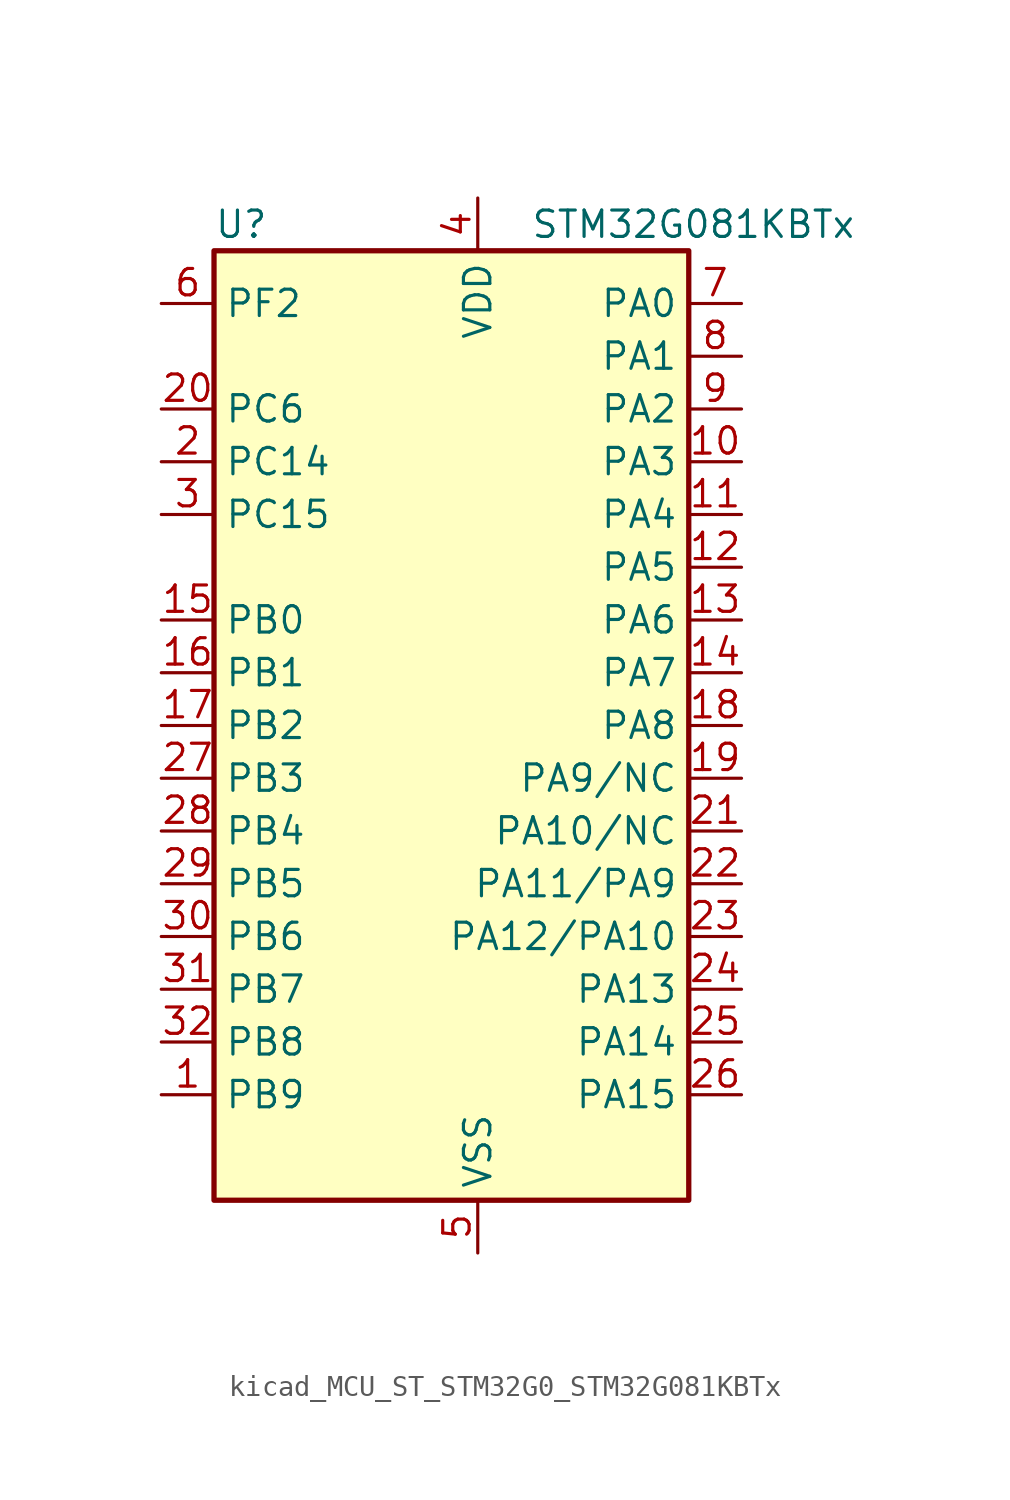
<source format=kicad_sym>
(kicad_symbol_lib
  (version 20220914)
  (generator kicad_symbol_editor)
  (symbol "kicad_MCU_ST_STM32G0_STM32G081KBTx"
    (property "Reference" "U"
      (at -10.16 24.13 0)
      (effects (font (size 1.27 1.27)) (justify left)))
    (property "Value" "STM32G081KBTx"
      (at 5.08 24.13 0)
      (effects (font (size 1.27 1.27)) (justify left)))
    (property "ki_locked" ""
      (at 0 0 0)
      (effects (font (size 1.27 1.27))))
    (symbol "kicad_MCU_ST_STM32G0_STM32G081KBTx_0_1"
      (rectangle (start -10.16 -22.86) (end 12.7 22.86) (stroke (width 0.254) (type default)) (fill (type background))))
    (symbol "kicad_MCU_ST_STM32G0_STM32G081KBTx_1_1"
      (pin bidirectional line (at -12.7 -17.78 0) (length 2.54) (name "PB9" (effects (font (size 1.27 1.27)))) (number "1" (effects (font (size 1.27 1.27)))) (alternate "DAC1_EXTI9" bidirectional line) (alternate "I2C1_SDA" bidirectional line) (alternate "IR_OUT" bidirectional line) (alternate "SPI2_NSS" bidirectional line) (alternate "TIM17_CH1" bidirectional line) (alternate "USART3_RX" bidirectional line))
      (pin bidirectional line (at 15.24 12.7 180) (length 2.54) (name "PA3" (effects (font (size 1.27 1.27)))) (number "10" (effects (font (size 1.27 1.27)))) (alternate "ADC1_IN3" bidirectional line) (alternate "COMP2_INP" bidirectional line) (alternate "LPUART1_RX" bidirectional line) (alternate "SPI2_MISO" bidirectional line) (alternate "TIM15_CH2" bidirectional line) (alternate "TIM2_CH4" bidirectional line) (alternate "USART2_RX" bidirectional line))
      (pin bidirectional line (at 15.24 10.16 180) (length 2.54) (name "PA4" (effects (font (size 1.27 1.27)))) (number "11" (effects (font (size 1.27 1.27)))) (alternate "ADC1_IN4" bidirectional line) (alternate "DAC1_OUT1" bidirectional line) (alternate "I2S1_WS" bidirectional line) (alternate "LPTIM2_OUT" bidirectional line) (alternate "RTC_OUT_ALARM" bidirectional line) (alternate "RTC_OUT_CALIB" bidirectional line) (alternate "RTC_TAMP_IN1" bidirectional line) (alternate "RTC_TS" bidirectional line) (alternate "SPI1_NSS" bidirectional line) (alternate "SPI2_MOSI" bidirectional line) (alternate "SYS_WKUP2" bidirectional line) (alternate "TIM14_CH1" bidirectional line))
      (pin bidirectional line (at 15.24 7.62 180) (length 2.54) (name "PA5" (effects (font (size 1.27 1.27)))) (number "12" (effects (font (size 1.27 1.27)))) (alternate "ADC1_IN5" bidirectional line) (alternate "CEC" bidirectional line) (alternate "DAC1_OUT2" bidirectional line) (alternate "I2S1_CK" bidirectional line) (alternate "LPTIM2_ETR" bidirectional line) (alternate "SPI1_SCK" bidirectional line) (alternate "TIM2_CH1" bidirectional line) (alternate "TIM2_ETR" bidirectional line) (alternate "UCPD1_FRSTX1" bidirectional line) (alternate "UCPD1_FRSTX2" bidirectional line) (alternate "USART3_TX" bidirectional line))
      (pin bidirectional line (at 15.24 5.08 180) (length 2.54) (name "PA6" (effects (font (size 1.27 1.27)))) (number "13" (effects (font (size 1.27 1.27)))) (alternate "ADC1_IN6" bidirectional line) (alternate "COMP1_OUT" bidirectional line) (alternate "I2S1_MCK" bidirectional line) (alternate "LPUART1_CTS" bidirectional line) (alternate "SPI1_MISO" bidirectional line) (alternate "TIM16_CH1" bidirectional line) (alternate "TIM1_BK" bidirectional line) (alternate "TIM3_CH1" bidirectional line) (alternate "USART3_CTS" bidirectional line) (alternate "USART3_NSS" bidirectional line))
      (pin bidirectional line (at 15.24 2.54 180) (length 2.54) (name "PA7" (effects (font (size 1.27 1.27)))) (number "14" (effects (font (size 1.27 1.27)))) (alternate "ADC1_IN7" bidirectional line) (alternate "COMP2_OUT" bidirectional line) (alternate "I2S1_SD" bidirectional line) (alternate "SPI1_MOSI" bidirectional line) (alternate "TIM14_CH1" bidirectional line) (alternate "TIM17_CH1" bidirectional line) (alternate "TIM1_CH1N" bidirectional line) (alternate "TIM3_CH2" bidirectional line) (alternate "UCPD1_FRSTX1" bidirectional line) (alternate "UCPD1_FRSTX2" bidirectional line))
      (pin bidirectional line (at -12.7 5.08 0) (length 2.54) (name "PB0" (effects (font (size 1.27 1.27)))) (number "15" (effects (font (size 1.27 1.27)))) (alternate "ADC1_IN8" bidirectional line) (alternate "COMP1_OUT" bidirectional line) (alternate "I2S1_WS" bidirectional line) (alternate "LPTIM1_OUT" bidirectional line) (alternate "SPI1_NSS" bidirectional line) (alternate "TIM1_CH2N" bidirectional line) (alternate "TIM3_CH3" bidirectional line) (alternate "UCPD1_FRSTX1" bidirectional line) (alternate "UCPD1_FRSTX2" bidirectional line) (alternate "USART3_RX" bidirectional line))
      (pin bidirectional line (at -12.7 2.54 0) (length 2.54) (name "PB1" (effects (font (size 1.27 1.27)))) (number "16" (effects (font (size 1.27 1.27)))) (alternate "ADC1_IN9" bidirectional line) (alternate "COMP1_INM" bidirectional line) (alternate "LPTIM2_IN1" bidirectional line) (alternate "LPUART1_DE" bidirectional line) (alternate "LPUART1_RTS" bidirectional line) (alternate "TIM14_CH1" bidirectional line) (alternate "TIM1_CH3N" bidirectional line) (alternate "TIM3_CH4" bidirectional line) (alternate "USART3_CK" bidirectional line) (alternate "USART3_DE" bidirectional line) (alternate "USART3_RTS" bidirectional line))
      (pin bidirectional line (at -12.7 0 0) (length 2.54) (name "PB2" (effects (font (size 1.27 1.27)))) (number "17" (effects (font (size 1.27 1.27)))) (alternate "ADC1_IN10" bidirectional line) (alternate "COMP1_INP" bidirectional line) (alternate "LPTIM1_OUT" bidirectional line) (alternate "SPI2_MISO" bidirectional line) (alternate "USART3_TX" bidirectional line))
      (pin bidirectional line (at 15.24 0 180) (length 2.54) (name "PA8" (effects (font (size 1.27 1.27)))) (number "18" (effects (font (size 1.27 1.27)))) (alternate "LPTIM2_OUT" bidirectional line) (alternate "RCC_MCO" bidirectional line) (alternate "SPI2_NSS" bidirectional line) (alternate "TIM1_CH1" bidirectional line) (alternate "UCPD1_CC1" bidirectional line))
      (pin bidirectional line (at 15.24 -2.54 180) (length 2.54) (name "PA9/NC" (effects (font (size 1.27 1.27)))) (number "19" (effects (font (size 1.27 1.27)))) (alternate "DAC1_EXTI9" bidirectional line) (alternate "I2C1_SCL" bidirectional line) (alternate "RCC_MCO" bidirectional line) (alternate "SPI2_MISO" bidirectional line) (alternate "TIM15_BK" bidirectional line) (alternate "TIM1_CH2" bidirectional line) (alternate "UCPD1_DBCC1" bidirectional line) (alternate "USART1_TX" bidirectional line))
      (pin bidirectional line (at -12.7 12.7 0) (length 2.54) (name "PC14" (effects (font (size 1.27 1.27)))) (number "2" (effects (font (size 1.27 1.27)))) (alternate "RCC_OSC32_IN" bidirectional line) (alternate "RCC_OSC_IN" bidirectional line) (alternate "TIM1_BK2" bidirectional line))
      (pin bidirectional line (at -12.7 15.24 0) (length 2.54) (name "PC6" (effects (font (size 1.27 1.27)))) (number "20" (effects (font (size 1.27 1.27)))) (alternate "TIM2_CH3" bidirectional line) (alternate "TIM3_CH1" bidirectional line) (alternate "UCPD1_FRSTX1" bidirectional line) (alternate "UCPD1_FRSTX2" bidirectional line))
      (pin bidirectional line (at 15.24 -5.08 180) (length 2.54) (name "PA10/NC" (effects (font (size 1.27 1.27)))) (number "21" (effects (font (size 1.27 1.27)))) (alternate "I2C1_SDA" bidirectional line) (alternate "SPI2_MOSI" bidirectional line) (alternate "TIM17_BK" bidirectional line) (alternate "TIM1_CH3" bidirectional line) (alternate "UCPD1_DBCC2" bidirectional line) (alternate "USART1_RX" bidirectional line))
      (pin bidirectional line (at 15.24 -7.62 180) (length 2.54) (name "PA11/PA9" (effects (font (size 1.27 1.27)))) (number "22" (effects (font (size 1.27 1.27)))) (alternate "ADC1_EXTI11" bidirectional line) (alternate "COMP1_OUT" bidirectional line) (alternate "I2C2_SCL" bidirectional line) (alternate "I2S1_MCK" bidirectional line) (alternate "SPI1_MISO" bidirectional line) (alternate "TIM1_BK2" bidirectional line) (alternate "TIM1_CH4" bidirectional line) (alternate "USART1_CTS" bidirectional line) (alternate "USART1_NSS" bidirectional line))
      (pin bidirectional line (at 15.24 -10.16 180) (length 2.54) (name "PA12/PA10" (effects (font (size 1.27 1.27)))) (number "23" (effects (font (size 1.27 1.27)))) (alternate "COMP2_OUT" bidirectional line) (alternate "I2C2_SDA" bidirectional line) (alternate "I2S1_SD" bidirectional line) (alternate "I2S_CKIN" bidirectional line) (alternate "SPI1_MOSI" bidirectional line) (alternate "TIM1_ETR" bidirectional line) (alternate "USART1_CK" bidirectional line) (alternate "USART1_DE" bidirectional line) (alternate "USART1_RTS" bidirectional line))
      (pin bidirectional line (at 15.24 -12.7 180) (length 2.54) (name "PA13" (effects (font (size 1.27 1.27)))) (number "24" (effects (font (size 1.27 1.27)))) (alternate "IR_OUT" bidirectional line) (alternate "SYS_SWDIO" bidirectional line))
      (pin bidirectional line (at 15.24 -15.24 180) (length 2.54) (name "PA14" (effects (font (size 1.27 1.27)))) (number "25" (effects (font (size 1.27 1.27)))) (alternate "SYS_SWCLK" bidirectional line) (alternate "USART2_TX" bidirectional line))
      (pin bidirectional line (at 15.24 -17.78 180) (length 2.54) (name "PA15" (effects (font (size 1.27 1.27)))) (number "26" (effects (font (size 1.27 1.27)))) (alternate "I2S1_WS" bidirectional line) (alternate "SPI1_NSS" bidirectional line) (alternate "TIM2_CH1" bidirectional line) (alternate "TIM2_ETR" bidirectional line) (alternate "USART2_RX" bidirectional line) (alternate "USART3_CK" bidirectional line) (alternate "USART3_DE" bidirectional line) (alternate "USART3_RTS" bidirectional line) (alternate "USART4_CK" bidirectional line) (alternate "USART4_DE" bidirectional line) (alternate "USART4_RTS" bidirectional line))
      (pin bidirectional line (at -12.7 -2.54 0) (length 2.54) (name "PB3" (effects (font (size 1.27 1.27)))) (number "27" (effects (font (size 1.27 1.27)))) (alternate "COMP2_INM" bidirectional line) (alternate "I2S1_CK" bidirectional line) (alternate "SPI1_SCK" bidirectional line) (alternate "TIM1_CH2" bidirectional line) (alternate "TIM2_CH2" bidirectional line) (alternate "USART1_CK" bidirectional line) (alternate "USART1_DE" bidirectional line) (alternate "USART1_RTS" bidirectional line))
      (pin bidirectional line (at -12.7 -5.08 0) (length 2.54) (name "PB4" (effects (font (size 1.27 1.27)))) (number "28" (effects (font (size 1.27 1.27)))) (alternate "COMP2_INP" bidirectional line) (alternate "I2S1_MCK" bidirectional line) (alternate "SPI1_MISO" bidirectional line) (alternate "TIM17_BK" bidirectional line) (alternate "TIM3_CH1" bidirectional line) (alternate "USART1_CTS" bidirectional line) (alternate "USART1_NSS" bidirectional line))
      (pin bidirectional line (at -12.7 -7.62 0) (length 2.54) (name "PB5" (effects (font (size 1.27 1.27)))) (number "29" (effects (font (size 1.27 1.27)))) (alternate "COMP2_OUT" bidirectional line) (alternate "I2C1_SMBA" bidirectional line) (alternate "I2S1_SD" bidirectional line) (alternate "LPTIM1_IN1" bidirectional line) (alternate "SPI1_MOSI" bidirectional line) (alternate "SYS_WKUP6" bidirectional line) (alternate "TIM16_BK" bidirectional line) (alternate "TIM3_CH2" bidirectional line))
      (pin bidirectional line (at -12.7 10.16 0) (length 2.54) (name "PC15" (effects (font (size 1.27 1.27)))) (number "3" (effects (font (size 1.27 1.27)))) (alternate "RCC_OSC32_EN" bidirectional line) (alternate "RCC_OSC32_OUT" bidirectional line) (alternate "RCC_OSC_EN" bidirectional line) (alternate "TIM15_BK" bidirectional line))
      (pin bidirectional line (at -12.7 -10.16 0) (length 2.54) (name "PB6" (effects (font (size 1.27 1.27)))) (number "30" (effects (font (size 1.27 1.27)))) (alternate "COMP2_INP" bidirectional line) (alternate "I2C1_SCL" bidirectional line) (alternate "LPTIM1_ETR" bidirectional line) (alternate "SPI2_MISO" bidirectional line) (alternate "TIM16_CH1N" bidirectional line) (alternate "TIM1_CH3" bidirectional line) (alternate "USART1_TX" bidirectional line))
      (pin bidirectional line (at -12.7 -12.7 0) (length 2.54) (name "PB7" (effects (font (size 1.27 1.27)))) (number "31" (effects (font (size 1.27 1.27)))) (alternate "COMP2_INM" bidirectional line) (alternate "I2C1_SDA" bidirectional line) (alternate "LPTIM1_IN2" bidirectional line) (alternate "SPI2_MOSI" bidirectional line) (alternate "SYS_PVD_IN" bidirectional line) (alternate "TIM17_CH1N" bidirectional line) (alternate "USART1_RX" bidirectional line) (alternate "USART4_CTS" bidirectional line) (alternate "USART4_NSS" bidirectional line))
      (pin bidirectional line (at -12.7 -15.24 0) (length 2.54) (name "PB8" (effects (font (size 1.27 1.27)))) (number "32" (effects (font (size 1.27 1.27)))) (alternate "CEC" bidirectional line) (alternate "I2C1_SCL" bidirectional line) (alternate "SPI2_SCK" bidirectional line) (alternate "TIM15_BK" bidirectional line) (alternate "TIM16_CH1" bidirectional line) (alternate "USART3_TX" bidirectional line))
      (pin power_in line (at 2.54 25.4 270) (length 2.54) (name "VDD" (effects (font (size 1.27 1.27)))) (number "4" (effects (font (size 1.27 1.27)))))
      (pin power_in line (at 2.54 -25.4 90) (length 2.54) (name "VSS" (effects (font (size 1.27 1.27)))) (number "5" (effects (font (size 1.27 1.27)))))
      (pin bidirectional line (at -12.7 20.32 0) (length 2.54) (name "PF2" (effects (font (size 1.27 1.27)))) (number "6" (effects (font (size 1.27 1.27)))) (alternate "RCC_MCO" bidirectional line))
      (pin bidirectional line (at 15.24 20.32 180) (length 2.54) (name "PA0" (effects (font (size 1.27 1.27)))) (number "7" (effects (font (size 1.27 1.27)))) (alternate "ADC1_IN0" bidirectional line) (alternate "COMP1_INM" bidirectional line) (alternate "COMP1_OUT" bidirectional line) (alternate "LPTIM1_OUT" bidirectional line) (alternate "RTC_TAMP_IN2" bidirectional line) (alternate "SPI2_SCK" bidirectional line) (alternate "SYS_WKUP1" bidirectional line) (alternate "TIM2_CH1" bidirectional line) (alternate "TIM2_ETR" bidirectional line) (alternate "USART2_CTS" bidirectional line) (alternate "USART2_NSS" bidirectional line) (alternate "USART4_TX" bidirectional line))
      (pin bidirectional line (at 15.24 17.78 180) (length 2.54) (name "PA1" (effects (font (size 1.27 1.27)))) (number "8" (effects (font (size 1.27 1.27)))) (alternate "ADC1_IN1" bidirectional line) (alternate "COMP1_INP" bidirectional line) (alternate "I2C1_SMBA" bidirectional line) (alternate "I2S1_CK" bidirectional line) (alternate "SPI1_SCK" bidirectional line) (alternate "TIM15_CH1N" bidirectional line) (alternate "TIM2_CH2" bidirectional line) (alternate "USART2_CK" bidirectional line) (alternate "USART2_DE" bidirectional line) (alternate "USART2_RTS" bidirectional line) (alternate "USART4_RX" bidirectional line))
      (pin bidirectional line (at 15.24 15.24 180) (length 2.54) (name "PA2" (effects (font (size 1.27 1.27)))) (number "9" (effects (font (size 1.27 1.27)))) (alternate "ADC1_IN2" bidirectional line) (alternate "COMP2_INM" bidirectional line) (alternate "COMP2_OUT" bidirectional line) (alternate "I2S1_SD" bidirectional line) (alternate "LPUART1_TX" bidirectional line) (alternate "RCC_LSCO" bidirectional line) (alternate "SPI1_MOSI" bidirectional line) (alternate "SYS_WKUP4" bidirectional line) (alternate "TIM15_CH1" bidirectional line) (alternate "TIM2_CH3" bidirectional line) (alternate "UCPD1_FRSTX1" bidirectional line) (alternate "UCPD1_FRSTX2" bidirectional line) (alternate "USART2_TX" bidirectional line)))))
</source>
